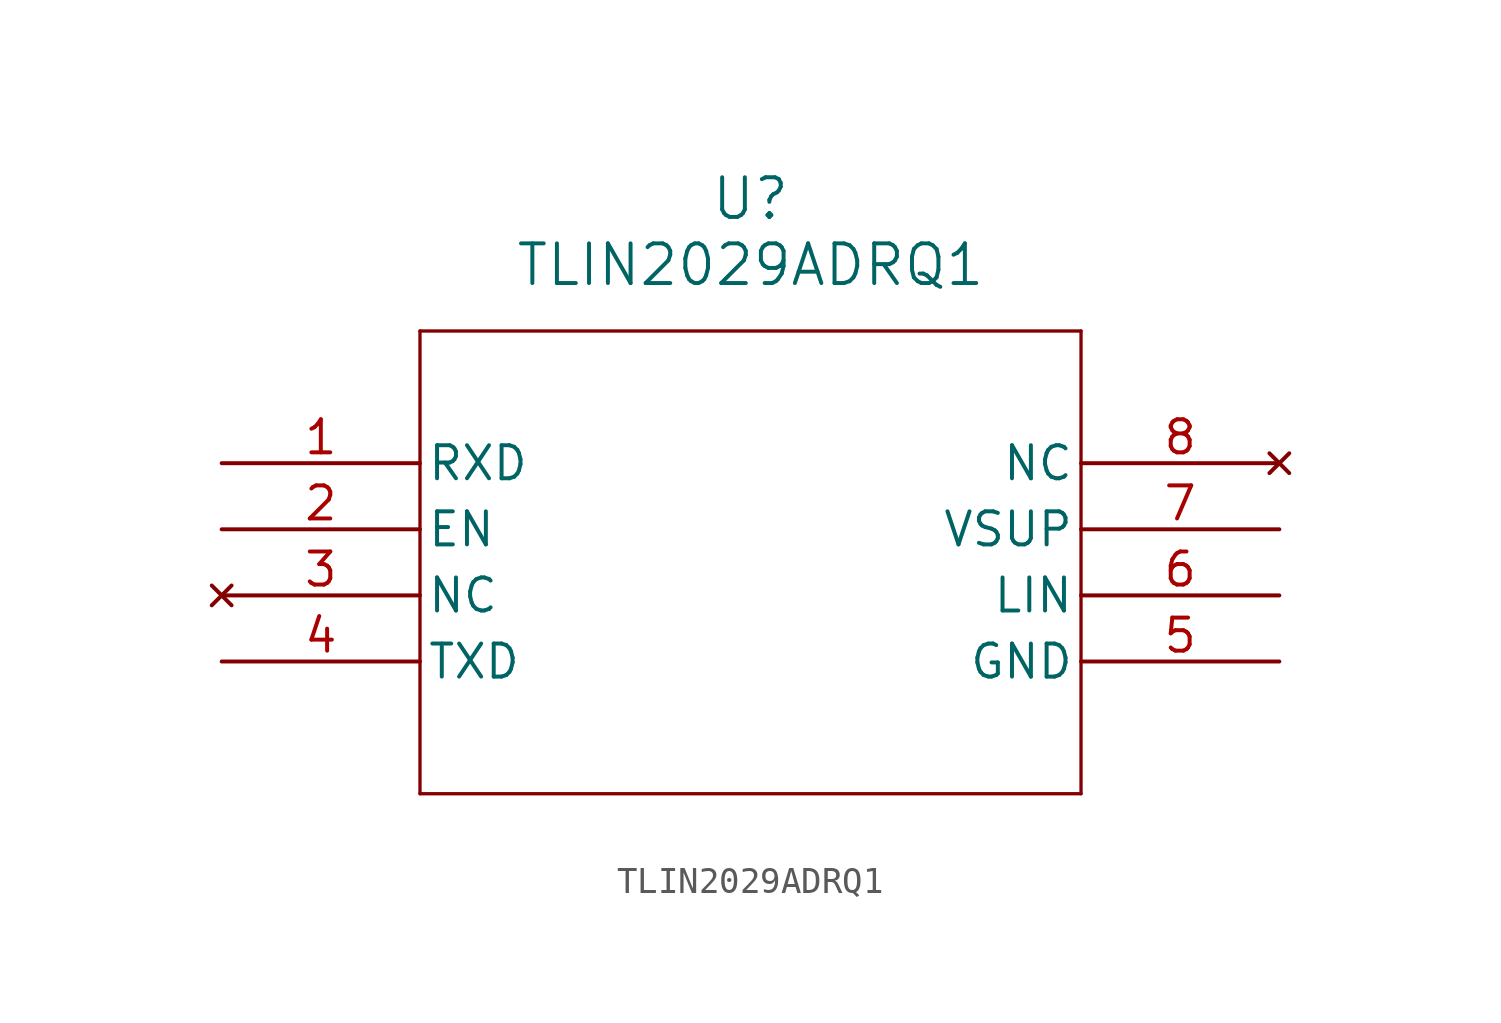
<source format=kicad_sym>
(kicad_symbol_lib
  (version 20211014)
  (generator kicad_symbol_editor)
  (symbol "TLIN2029ADRQ1"
    (pin_names
      (offset 0.254))
    (property "Reference" "U"
      (at 20.32 10.16 0)
      (effects (font (size 1.524 1.524))))
    (property "Value" "TLIN2029ADRQ1"
      (at 20.32 7.62 0)
      (effects (font (size 1.524 1.524))))
    (symbol "TLIN2029ADRQ1_0_1"
      (polyline (pts (xy 7.62 5.08) (xy 7.62 -12.7)) (stroke (width 0.127) (type default) (color 0 0 0 0)) (fill (type none)))
      (polyline (pts (xy 7.62 -12.7) (xy 33.02 -12.7)) (stroke (width 0.127) (type default) (color 0 0 0 0)) (fill (type none)))
      (polyline (pts (xy 33.02 -12.7) (xy 33.02 5.08)) (stroke (width 0.127) (type default) (color 0 0 0 0)) (fill (type none)))
      (polyline (pts (xy 33.02 5.08) (xy 7.62 5.08)) (stroke (width 0.127) (type default) (color 0 0 0 0)) (fill (type none)))
      (pin output line (at 0 0 0) (length 7.62) (name "RXD" (effects (font (size 1.27 1.27)))) (number "1" (effects (font (size 1.27 1.27)))))
      (pin input line (at 0 -2.54 0) (length 7.62) (name "EN" (effects (font (size 1.27 1.27)))) (number "2" (effects (font (size 1.27 1.27)))))
      (pin no_connect line (at 0 -5.08 0) (length 7.62) (name "NC" (effects (font (size 1.27 1.27)))) (number "3" (effects (font (size 1.27 1.27)))))
      (pin input line (at 0 -7.62 0) (length 7.62) (name "TXD" (effects (font (size 1.27 1.27)))) (number "4" (effects (font (size 1.27 1.27)))))
      (pin power_out line (at 40.64 -7.62 180) (length 7.62) (name "GND" (effects (font (size 1.27 1.27)))) (number "5" (effects (font (size 1.27 1.27)))))
      (pin bidirectional line (at 40.64 -5.08 180) (length 7.62) (name "LIN" (effects (font (size 1.27 1.27)))) (number "6" (effects (font (size 1.27 1.27)))))
      (pin power_in line (at 40.64 -2.54 180) (length 7.62) (name "VSUP" (effects (font (size 1.27 1.27)))) (number "7" (effects (font (size 1.27 1.27)))))
      (pin no_connect line (at 40.64 0 180) (length 7.62) (name "NC" (effects (font (size 1.27 1.27)))) (number "8" (effects (font (size 1.27 1.27))))))))
</source>
